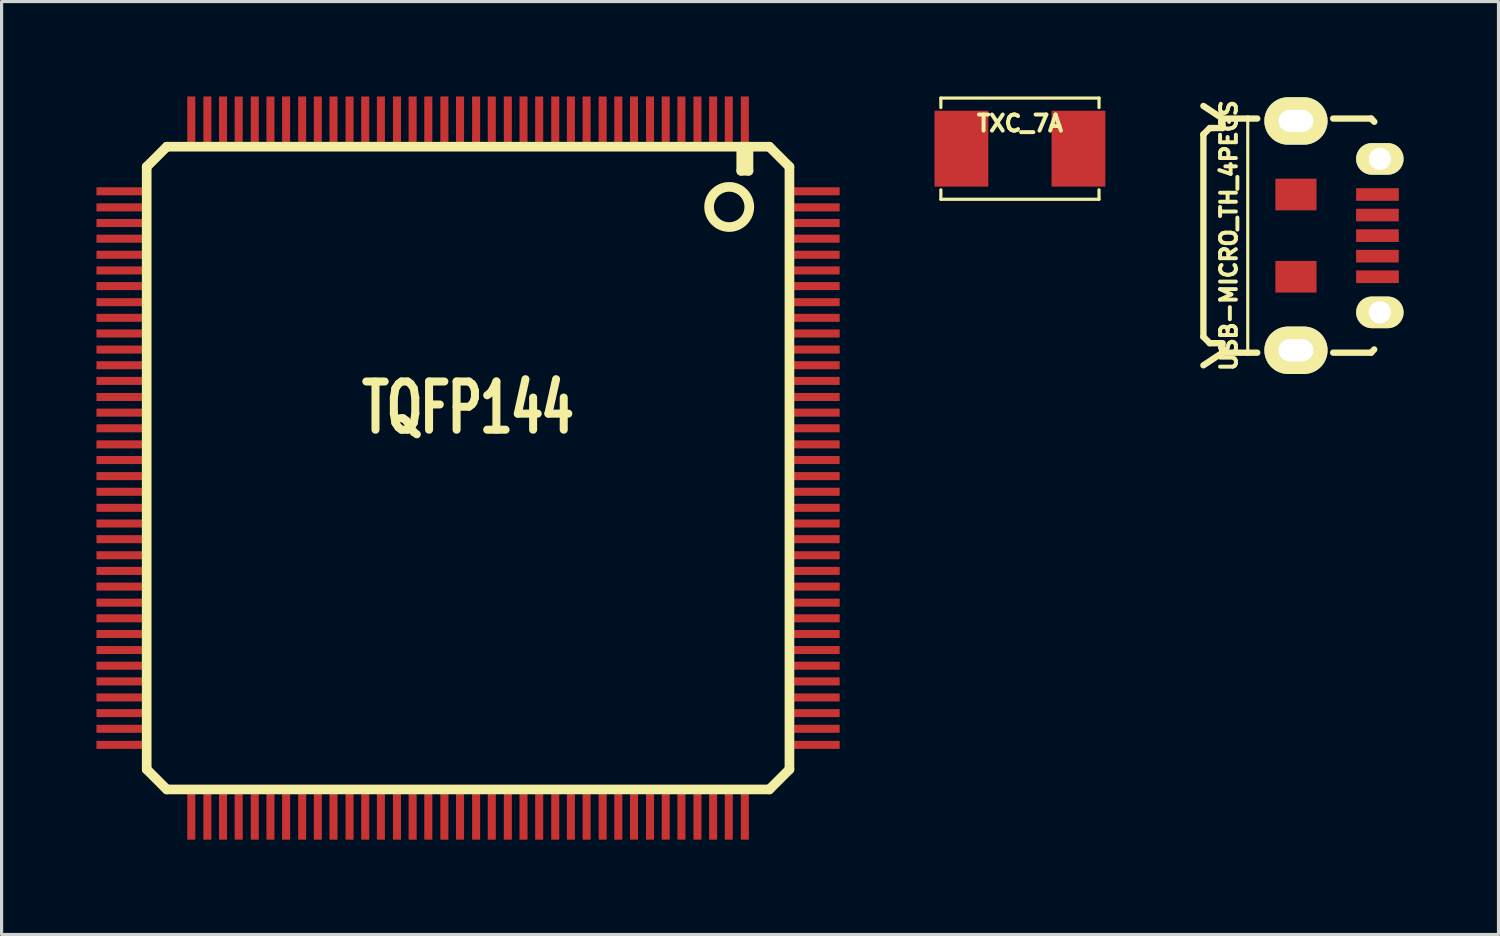
<source format=kicad_pcb>
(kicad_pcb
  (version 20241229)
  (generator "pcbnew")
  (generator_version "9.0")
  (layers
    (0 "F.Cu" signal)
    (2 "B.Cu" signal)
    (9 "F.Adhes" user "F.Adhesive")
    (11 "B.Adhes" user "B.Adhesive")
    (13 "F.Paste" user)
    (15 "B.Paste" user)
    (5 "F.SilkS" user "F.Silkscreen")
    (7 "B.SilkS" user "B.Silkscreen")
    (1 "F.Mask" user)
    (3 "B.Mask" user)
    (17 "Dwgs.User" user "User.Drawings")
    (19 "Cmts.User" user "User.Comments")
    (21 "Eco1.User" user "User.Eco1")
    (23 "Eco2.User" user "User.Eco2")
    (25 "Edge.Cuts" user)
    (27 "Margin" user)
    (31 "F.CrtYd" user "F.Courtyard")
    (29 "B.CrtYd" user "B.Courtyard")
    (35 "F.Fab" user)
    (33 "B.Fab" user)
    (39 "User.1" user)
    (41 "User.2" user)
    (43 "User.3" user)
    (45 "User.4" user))
  (footprint "USB-MICRO_TH_4PEGS"
    (layer "F.Cu")
    (at 40.497 4.399)
    (property "Reference" "USB-MICRO_TH_4PEGS" (at -4.7 0 90) (layer "F.SilkS") (effects (font (size 0.5 0.5) (thickness 0.125))))
    (attr smd)
    (fp_line (start -5.502 -3.2) (end -5.502 3.2) (stroke (width 0.201) (type solid)) (layer "F.SilkS"))
    (fp_line (start -5.502 4.1) (end -4.9 3.701) (stroke (width 0.201) (type solid)) (layer "F.SilkS"))
    (fp_line (start -5.301 -3.401) (end -5.502 -3.2) (stroke (width 0.201) (type solid)) (layer "F.SilkS"))
    (fp_line (start -5.301 3.401) (end -5.502 3.2) (stroke (width 0.201) (type solid)) (layer "F.SilkS"))
    (fp_line (start -5.199 -3.401) (end -5.301 -3.401) (stroke (width 0.201) (type solid)) (layer "F.SilkS"))
    (fp_line (start -4.9 -3.701) (end -5.502 -4.1) (stroke (width 0.201) (type solid)) (layer "F.SilkS"))
    (fp_line (start -4.9 -3.701) (end -4.9 -3.5) (stroke (width 0.201) (type solid)) (layer "F.SilkS"))
    (fp_line (start -4.9 -3.5) (end -4.9 -3.401) (stroke (width 0.201) (type solid)) (layer "F.SilkS"))
    (fp_line (start -4.9 -3.401) (end -5.199 -3.401) (stroke (width 0.201) (type solid)) (layer "F.SilkS"))
    (fp_line (start -4.9 3.401) (end -5.301 3.401) (stroke (width 0.201) (type solid)) (layer "F.SilkS"))
    (fp_line (start -4.9 3.701) (end -4.9 3.401) (stroke (width 0.201) (type solid)) (layer "F.SilkS"))
    (fp_line (start -4.9 3.701) (end -4.1 3.701) (stroke (width 0.201) (type solid)) (layer "F.SilkS"))
    (fp_line (start -4.1 -3.701) (end -4.9 -3.701) (stroke (width 0.201) (type solid)) (layer "F.SilkS"))
    (fp_line (start -4.1 -3.701) (end -4.1 3.701) (stroke (width 0.099) (type solid)) (layer "F.SilkS"))
    (fp_line (start -4.1 -3.701) (end -3.8 -3.701) (stroke (width 0.201) (type solid)) (layer "F.SilkS"))
    (fp_line (start -4.1 3.701) (end -3.8 3.701) (stroke (width 0.201) (type solid)) (layer "F.SilkS"))
    (fp_line (start -0.201 -3.701) (end -1.4 -3.701) (stroke (width 0.201) (type solid)) (layer "F.SilkS"))
    (fp_line (start -0.201 3.701) (end -1.4 3.701) (stroke (width 0.201) (type solid)) (layer "F.SilkS"))
    (fp_line (start -0.201 3.701) (end -0.102 3.599) (stroke (width 0.201) (type solid)) (layer "F.SilkS"))
    (fp_line (start -0.099 -3.599) (end -0.198 -3.701) (stroke (width 0.201) (type solid)) (layer "F.SilkS"))
    (pad "1" smd rect (at 0 -1.3) (size 1.349 0.399) (layers "F.Cu" "F.Mask" "F.Paste"))
    (pad "2" smd rect (at 0 -0.65) (size 1.349 0.399) (layers "F.Cu" "F.Mask" "F.Paste"))
    (pad "3" smd rect (at 0 0) (size 1.349 0.399) (layers "F.Cu" "F.Mask" "F.Paste"))
    (pad "4" smd rect (at 0 0.65) (size 1.349 0.399) (layers "F.Cu" "F.Mask" "F.Paste"))
    (pad "5" smd rect (at 0 1.3) (size 1.349 0.399) (layers "F.Cu" "F.Mask" "F.Paste"))
    (pad "MNT" thru_hole oval (at -2.576 -3.625) (size 1.999 1.501) (drill oval 1.1 0.701) (layers "*.Cu" "*.Mask" "F.SilkS"))
    (pad "MNT" smd rect (at -2.576 -1.3) (size 1.3 1.001) (layers "F.Cu" "F.Mask" "F.Paste"))
    (pad "MNT" smd rect (at -2.576 1.3) (size 1.3 1.001) (layers "F.Cu" "F.Mask" "F.Paste"))
    (pad "MNT" thru_hole oval (at -2.576 3.625) (size 1.999 1.501) (drill oval 1.1 0.701) (layers "*.Cu" "*.Mask" "F.SilkS"))
    (pad "MNT" thru_hole oval (at 0.076 -2.426) (size 1.501 1.001) (drill 0.701) (layers "*.Cu" "*.Mask" "F.SilkS"))
    (pad "MNT" thru_hole oval (at 0.076 2.426) (size 1.501 1.001) (drill 0.701) (layers "*.Cu" "*.Mask" "F.SilkS")))
  (footprint "TXC_7A"
    (layer "F.Cu")
    (at 29.195 1.65)
    (property "Reference" "TXC_7A" (at 0 -0.8 0) (layer "F.SilkS") (effects (font (size 0.508 0.508) (thickness 0.127))))
    (attr through_hole)
    (fp_line (start -2.5 -1.6) (end -2.5 -1.3) (stroke (width 0.1) (type solid)) (layer "F.SilkS"))
    (fp_line (start -2.5 -1.6) (end 2.5 -1.6) (stroke (width 0.1) (type solid)) (layer "F.SilkS"))
    (fp_line (start -2.5 1.6) (end -2.5 1.3) (stroke (width 0.1) (type solid)) (layer "F.SilkS"))
    (fp_line (start 2.5 -1.6) (end 2.5 -1.3) (stroke (width 0.1) (type solid)) (layer "F.SilkS"))
    (fp_line (start 2.5 1.6) (end -2.5 1.6) (stroke (width 0.1) (type solid)) (layer "F.SilkS"))
    (fp_line (start 2.5 1.6) (end 2.5 1.3) (stroke (width 0.1) (type solid)) (layer "F.SilkS"))
    (pad "1" smd rect (at -1.85 0) (size 1.7 2.4) (layers "F.Cu" "F.Mask" "F.Paste"))
    (pad "2" smd rect (at 1.85 0) (size 1.7 2.4) (layers "F.Cu" "F.Mask" "F.Paste")))
  (footprint "TQFP144"
    (layer "F.Cu")
    (at 11.748 11.748)
    (property "Reference" "TQFP144" (at 0 -1.905 0) (layer "F.SilkS") (effects (font (size 1.524 1.016) (thickness 0.305))))
    (attr smd)
    (fp_line (start -10.16 -9.525) (end -10.16 9.525) (stroke (width 0.305) (type solid)) (layer "F.SilkS"))
    (fp_line (start -10.16 9.525) (end -9.525 10.16) (stroke (width 0.305) (type solid)) (layer "F.SilkS"))
    (fp_line (start -9.525 -10.16) (end -10.16 -9.525) (stroke (width 0.305) (type solid)) (layer "F.SilkS"))
    (fp_line (start -9.525 10.16) (end 9.525 10.16) (stroke (width 0.305) (type solid)) (layer "F.SilkS"))
    (fp_line (start 8.636 -10.16) (end 8.636 -9.398) (stroke (width 0.305) (type solid)) (layer "F.SilkS"))
    (fp_line (start 8.636 -9.398) (end 8.865 -9.398) (stroke (width 0.305) (type solid)) (layer "F.SilkS"))
    (fp_line (start 8.865 -9.398) (end 8.865 -10.16) (stroke (width 0.305) (type solid)) (layer "F.SilkS"))
    (fp_line (start 9.525 -10.16) (end -9.525 -10.16) (stroke (width 0.305) (type solid)) (layer "F.SilkS"))
    (fp_line (start 9.525 10.16) (end 10.16 9.525) (stroke (width 0.305) (type solid)) (layer "F.SilkS"))
    (fp_line (start 10.16 -9.525) (end 9.525 -10.16) (stroke (width 0.305) (type solid)) (layer "F.SilkS"))
    (fp_line (start 10.16 9.525) (end 10.16 -9.525) (stroke (width 0.305) (type solid)) (layer "F.SilkS"))
    (fp_circle (center 8.255 -8.255) (end 8.255 -8.89) (stroke (width 0.305) (type solid)) (fill no) (layer "F.SilkS"))
    (pad "1" smd rect (at 8.75 -10.986) (size 0.254 1.524) (layers "F.Cu" "F.Mask" "F.Paste"))
    (pad "2" smd rect (at 8.242 -10.986) (size 0.254 1.524) (layers "F.Cu" "F.Mask" "F.Paste"))
    (pad "3" smd rect (at 7.747 -10.986) (size 0.254 1.524) (layers "F.Cu" "F.Mask" "F.Paste"))
    (pad "4" smd rect (at 7.252 -10.986) (size 0.254 1.524) (layers "F.Cu" "F.Mask" "F.Paste"))
    (pad "5" smd rect (at 6.744 -10.986) (size 0.254 1.524) (layers "F.Cu" "F.Mask" "F.Paste"))
    (pad "6" smd rect (at 6.248 -10.986) (size 0.254 1.524) (layers "F.Cu" "F.Mask" "F.Paste"))
    (pad "7" smd rect (at 5.753 -10.986) (size 0.254 1.524) (layers "F.Cu" "F.Mask" "F.Paste"))
    (pad "8" smd rect (at 5.245 -10.986) (size 0.254 1.524) (layers "F.Cu" "F.Mask" "F.Paste"))
    (pad "9" smd rect (at 4.75 -10.986) (size 0.254 1.524) (layers "F.Cu" "F.Mask" "F.Paste"))
    (pad "10" smd rect (at 4.255 -10.986) (size 0.254 1.524) (layers "F.Cu" "F.Mask" "F.Paste"))
    (pad "11" smd rect (at 3.747 -10.986) (size 0.254 1.524) (layers "F.Cu" "F.Mask" "F.Paste"))
    (pad "12" smd rect (at 3.251 -10.986) (size 0.254 1.524) (layers "F.Cu" "F.Mask" "F.Paste"))
    (pad "13" smd rect (at 2.756 -10.986) (size 0.254 1.524) (layers "F.Cu" "F.Mask" "F.Paste"))
    (pad "14" smd rect (at 2.248 -10.986) (size 0.254 1.524) (layers "F.Cu" "F.Mask" "F.Paste"))
    (pad "15" smd rect (at 1.753 -10.986) (size 0.254 1.524) (layers "F.Cu" "F.Mask" "F.Paste"))
    (pad "16" smd rect (at 1.257 -10.986) (size 0.254 1.524) (layers "F.Cu" "F.Mask" "F.Paste"))
    (pad "17" smd rect (at 0.749 -10.986) (size 0.254 1.524) (layers "F.Cu" "F.Mask" "F.Paste"))
    (pad "18" smd rect (at 0.254 -10.986) (size 0.254 1.524) (layers "F.Cu" "F.Mask" "F.Paste"))
    (pad "19" smd rect (at -0.254 -10.986) (size 0.254 1.524) (layers "F.Cu" "F.Mask" "F.Paste"))
    (pad "20" smd rect (at -0.749 -10.986) (size 0.254 1.524) (layers "F.Cu" "F.Mask" "F.Paste"))
    (pad "21" smd rect (at -1.257 -10.986) (size 0.254 1.524) (layers "F.Cu" "F.Mask" "F.Paste"))
    (pad "22" smd rect (at -1.753 -10.986) (size 0.254 1.524) (layers "F.Cu" "F.Mask" "F.Paste"))
    (pad "23" smd rect (at -2.248 -10.986) (size 0.254 1.524) (layers "F.Cu" "F.Mask" "F.Paste"))
    (pad "24" smd rect (at -2.756 -10.986) (size 0.254 1.524) (layers "F.Cu" "F.Mask" "F.Paste"))
    (pad "25" smd rect (at -3.251 -10.986) (size 0.254 1.524) (layers "F.Cu" "F.Mask" "F.Paste"))
    (pad "26" smd rect (at -3.747 -10.986) (size 0.254 1.524) (layers "F.Cu" "F.Mask" "F.Paste"))
    (pad "27" smd rect (at -4.255 -10.986) (size 0.254 1.524) (layers "F.Cu" "F.Mask" "F.Paste"))
    (pad "28" smd rect (at -4.75 -10.986) (size 0.254 1.524) (layers "F.Cu" "F.Mask" "F.Paste"))
    (pad "29" smd rect (at -5.245 -10.986) (size 0.254 1.524) (layers "F.Cu" "F.Mask" "F.Paste"))
    (pad "30" smd rect (at -5.753 -10.986) (size 0.254 1.524) (layers "F.Cu" "F.Mask" "F.Paste"))
    (pad "31" smd rect (at -6.248 -10.986) (size 0.254 1.524) (layers "F.Cu" "F.Mask" "F.Paste"))
    (pad "32" smd rect (at -6.744 -10.986) (size 0.254 1.524) (layers "F.Cu" "F.Mask" "F.Paste"))
    (pad "33" smd rect (at -7.252 -10.986) (size 0.254 1.524) (layers "F.Cu" "F.Mask" "F.Paste"))
    (pad "34" smd rect (at -7.747 -10.986) (size 0.254 1.524) (layers "F.Cu" "F.Mask" "F.Paste"))
    (pad "35" smd rect (at -8.242 -10.986) (size 0.254 1.524) (layers "F.Cu" "F.Mask" "F.Paste"))
    (pad "36" smd rect (at -8.75 -10.986) (size 0.254 1.524) (layers "F.Cu" "F.Mask" "F.Paste"))
    (pad "37" smd rect (at -10.986 -8.75) (size 1.524 0.254) (layers "F.Cu" "F.Mask" "F.Paste"))
    (pad "38" smd rect (at -10.986 -8.242) (size 1.524 0.254) (layers "F.Cu" "F.Mask" "F.Paste"))
    (pad "39" smd rect (at -10.986 -7.747) (size 1.524 0.254) (layers "F.Cu" "F.Mask" "F.Paste"))
    (pad "40" smd rect (at -10.986 -7.252) (size 1.524 0.254) (layers "F.Cu" "F.Mask" "F.Paste"))
    (pad "41" smd rect (at -10.986 -6.744) (size 1.524 0.254) (layers "F.Cu" "F.Mask" "F.Paste"))
    (pad "42" smd rect (at -10.986 -6.248) (size 1.524 0.254) (layers "F.Cu" "F.Mask" "F.Paste"))
    (pad "43" smd rect (at -10.986 -5.753) (size 1.524 0.254) (layers "F.Cu" "F.Mask" "F.Paste"))
    (pad "44" smd rect (at -10.986 -5.245) (size 1.524 0.254) (layers "F.Cu" "F.Mask" "F.Paste"))
    (pad "45" smd rect (at -10.986 -4.75) (size 1.524 0.254) (layers "F.Cu" "F.Mask" "F.Paste"))
    (pad "46" smd rect (at -10.986 -4.255) (size 1.524 0.254) (layers "F.Cu" "F.Mask" "F.Paste"))
    (pad "47" smd rect (at -10.986 -3.747) (size 1.524 0.254) (layers "F.Cu" "F.Mask" "F.Paste"))
    (pad "48" smd rect (at -10.986 -3.251) (size 1.524 0.254) (layers "F.Cu" "F.Mask" "F.Paste"))
    (pad "49" smd rect (at -10.986 -2.756) (size 1.524 0.254) (layers "F.Cu" "F.Mask" "F.Paste"))
    (pad "50" smd rect (at -10.986 -2.248) (size 1.524 0.254) (layers "F.Cu" "F.Mask" "F.Paste"))
    (pad "51" smd rect (at -10.986 -1.753) (size 1.524 0.254) (layers "F.Cu" "F.Mask" "F.Paste"))
    (pad "52" smd rect (at -10.986 -1.257) (size 1.524 0.254) (layers "F.Cu" "F.Mask" "F.Paste"))
    (pad "53" smd rect (at -10.986 -0.749) (size 1.524 0.254) (layers "F.Cu" "F.Mask" "F.Paste"))
    (pad "54" smd rect (at -10.986 -0.254) (size 1.524 0.254) (layers "F.Cu" "F.Mask" "F.Paste"))
    (pad "55" smd rect (at -10.986 0.254) (size 1.524 0.254) (layers "F.Cu" "F.Mask" "F.Paste"))
    (pad "56" smd rect (at -10.986 0.749) (size 1.524 0.254) (layers "F.Cu" "F.Mask" "F.Paste"))
    (pad "57" smd rect (at -10.986 1.257) (size 1.524 0.254) (layers "F.Cu" "F.Mask" "F.Paste"))
    (pad "58" smd rect (at -10.986 1.753) (size 1.524 0.254) (layers "F.Cu" "F.Mask" "F.Paste"))
    (pad "59" smd rect (at -10.986 2.248) (size 1.524 0.254) (layers "F.Cu" "F.Mask" "F.Paste"))
    (pad "60" smd rect (at -10.986 2.756) (size 1.524 0.254) (layers "F.Cu" "F.Mask" "F.Paste"))
    (pad "61" smd rect (at -10.986 3.251) (size 1.524 0.254) (layers "F.Cu" "F.Mask" "F.Paste"))
    (pad "62" smd rect (at -10.986 3.747) (size 1.524 0.254) (layers "F.Cu" "F.Mask" "F.Paste"))
    (pad "63" smd rect (at -10.986 4.255) (size 1.524 0.254) (layers "F.Cu" "F.Mask" "F.Paste"))
    (pad "64" smd rect (at -10.986 4.75) (size 1.524 0.254) (layers "F.Cu" "F.Mask" "F.Paste"))
    (pad "65" smd rect (at -10.986 5.245) (size 1.524 0.254) (layers "F.Cu" "F.Mask" "F.Paste"))
    (pad "66" smd rect (at -10.986 5.753) (size 1.524 0.254) (layers "F.Cu" "F.Mask" "F.Paste"))
    (pad "67" smd rect (at -10.986 6.248) (size 1.524 0.254) (layers "F.Cu" "F.Mask" "F.Paste"))
    (pad "68" smd rect (at -10.986 6.744) (size 1.524 0.254) (layers "F.Cu" "F.Mask" "F.Paste"))
    (pad "69" smd rect (at -10.986 7.252) (size 1.524 0.254) (layers "F.Cu" "F.Mask" "F.Paste"))
    (pad "70" smd rect (at -10.986 7.747) (size 1.524 0.254) (layers "F.Cu" "F.Mask" "F.Paste"))
    (pad "71" smd rect (at -10.986 8.242) (size 1.524 0.254) (layers "F.Cu" "F.Mask" "F.Paste"))
    (pad "72" smd rect (at -10.986 8.75) (size 1.524 0.254) (layers "F.Cu" "F.Mask" "F.Paste"))
    (pad "73" smd rect (at -8.75 10.986) (size 0.254 1.524) (layers "F.Cu" "F.Mask" "F.Paste"))
    (pad "74" smd rect (at -8.242 10.986) (size 0.254 1.524) (layers "F.Cu" "F.Mask" "F.Paste"))
    (pad "75" smd rect (at -7.747 10.986) (size 0.254 1.524) (layers "F.Cu" "F.Mask" "F.Paste"))
    (pad "76" smd rect (at -7.252 10.986) (size 0.254 1.524) (layers "F.Cu" "F.Mask" "F.Paste"))
    (pad "77" smd rect (at -6.744 10.986) (size 0.254 1.524) (layers "F.Cu" "F.Mask" "F.Paste"))
    (pad "78" smd rect (at -6.248 10.986) (size 0.254 1.524) (layers "F.Cu" "F.Mask" "F.Paste"))
    (pad "79" smd rect (at -5.753 10.986) (size 0.254 1.524) (layers "F.Cu" "F.Mask" "F.Paste"))
    (pad "80" smd rect (at -5.245 10.986) (size 0.254 1.524) (layers "F.Cu" "F.Mask" "F.Paste"))
    (pad "81" smd rect (at -4.75 10.986) (size 0.254 1.524) (layers "F.Cu" "F.Mask" "F.Paste"))
    (pad "82" smd rect (at -4.255 10.986) (size 0.254 1.524) (layers "F.Cu" "F.Mask" "F.Paste"))
    (pad "83" smd rect (at -3.747 10.986) (size 0.254 1.524) (layers "F.Cu" "F.Mask" "F.Paste"))
    (pad "84" smd rect (at -3.251 10.986) (size 0.254 1.524) (layers "F.Cu" "F.Mask" "F.Paste"))
    (pad "85" smd rect (at -2.756 10.986) (size 0.254 1.524) (layers "F.Cu" "F.Mask" "F.Paste"))
    (pad "86" smd rect (at -2.248 10.986) (size 0.254 1.524) (layers "F.Cu" "F.Mask" "F.Paste"))
    (pad "87" smd rect (at -1.753 10.986) (size 0.254 1.524) (layers "F.Cu" "F.Mask" "F.Paste"))
    (pad "88" smd rect (at -1.257 10.986) (size 0.254 1.524) (layers "F.Cu" "F.Mask" "F.Paste"))
    (pad "89" smd rect (at -0.749 10.986) (size 0.254 1.524) (layers "F.Cu" "F.Mask" "F.Paste"))
    (pad "90" smd rect (at -0.254 10.986) (size 0.254 1.524) (layers "F.Cu" "F.Mask" "F.Paste"))
    (pad "91" smd rect (at 0.254 10.986) (size 0.254 1.524) (layers "F.Cu" "F.Mask" "F.Paste"))
    (pad "92" smd rect (at 0.749 10.986) (size 0.254 1.524) (layers "F.Cu" "F.Mask" "F.Paste"))
    (pad "93" smd rect (at 1.257 10.986) (size 0.254 1.524) (layers "F.Cu" "F.Mask" "F.Paste"))
    (pad "94" smd rect (at 1.753 10.986) (size 0.254 1.524) (layers "F.Cu" "F.Mask" "F.Paste"))
    (pad "95" smd rect (at 2.248 10.986) (size 0.254 1.524) (layers "F.Cu" "F.Mask" "F.Paste"))
    (pad "96" smd rect (at 2.756 10.986) (size 0.254 1.524) (layers "F.Cu" "F.Mask" "F.Paste"))
    (pad "97" smd rect (at 3.251 10.986) (size 0.254 1.524) (layers "F.Cu" "F.Mask" "F.Paste"))
    (pad "98" smd rect (at 3.747 10.986) (size 0.254 1.524) (layers "F.Cu" "F.Mask" "F.Paste"))
    (pad "99" smd rect (at 4.255 10.986) (size 0.254 1.524) (layers "F.Cu" "F.Mask" "F.Paste"))
    (pad "100" smd rect (at 4.75 10.986) (size 0.254 1.524) (layers "F.Cu" "F.Mask" "F.Paste"))
    (pad "101" smd rect (at 5.245 10.986) (size 0.254 1.524) (layers "F.Cu" "F.Mask" "F.Paste"))
    (pad "102" smd rect (at 5.753 10.986) (size 0.254 1.524) (layers "F.Cu" "F.Mask" "F.Paste"))
    (pad "103" smd rect (at 6.248 10.986) (size 0.254 1.524) (layers "F.Cu" "F.Mask" "F.Paste"))
    (pad "104" smd rect (at 6.744 10.986) (size 0.254 1.524) (layers "F.Cu" "F.Mask" "F.Paste"))
    (pad "105" smd rect (at 7.252 10.986) (size 0.254 1.524) (layers "F.Cu" "F.Mask" "F.Paste"))
    (pad "106" smd rect (at 7.747 10.986) (size 0.254 1.524) (layers "F.Cu" "F.Mask" "F.Paste"))
    (pad "107" smd rect (at 8.242 10.986) (size 0.254 1.524) (layers "F.Cu" "F.Mask" "F.Paste"))
    (pad "108" smd rect (at 8.75 10.986) (size 0.254 1.524) (layers "F.Cu" "F.Mask" "F.Paste"))
    (pad "109" smd rect (at 10.986 8.75) (size 1.524 0.254) (layers "F.Cu" "F.Mask" "F.Paste"))
    (pad "110" smd rect (at 10.986 8.242) (size 1.524 0.254) (layers "F.Cu" "F.Mask" "F.Paste"))
    (pad "111" smd rect (at 10.986 7.747) (size 1.524 0.254) (layers "F.Cu" "F.Mask" "F.Paste"))
    (pad "112" smd rect (at 10.986 7.252) (size 1.524 0.254) (layers "F.Cu" "F.Mask" "F.Paste"))
    (pad "113" smd rect (at 10.986 6.744) (size 1.524 0.254) (layers "F.Cu" "F.Mask" "F.Paste"))
    (pad "114" smd rect (at 10.986 6.248) (size 1.524 0.254) (layers "F.Cu" "F.Mask" "F.Paste"))
    (pad "115" smd rect (at 10.986 5.753) (size 1.524 0.254) (layers "F.Cu" "F.Mask" "F.Paste"))
    (pad "116" smd rect (at 10.986 5.245) (size 1.524 0.254) (layers "F.Cu" "F.Mask" "F.Paste"))
    (pad "117" smd rect (at 10.986 4.75) (size 1.524 0.254) (layers "F.Cu" "F.Mask" "F.Paste"))
    (pad "118" smd rect (at 10.986 4.255) (size 1.524 0.254) (layers "F.Cu" "F.Mask" "F.Paste"))
    (pad "119" smd rect (at 10.986 3.747) (size 1.524 0.254) (layers "F.Cu" "F.Mask" "F.Paste"))
    (pad "120" smd rect (at 10.986 3.251) (size 1.524 0.254) (layers "F.Cu" "F.Mask" "F.Paste"))
    (pad "121" smd rect (at 10.986 2.756) (size 1.524 0.254) (layers "F.Cu" "F.Mask" "F.Paste"))
    (pad "122" smd rect (at 10.986 2.248) (size 1.524 0.254) (layers "F.Cu" "F.Mask" "F.Paste"))
    (pad "123" smd rect (at 10.986 1.753) (size 1.524 0.254) (layers "F.Cu" "F.Mask" "F.Paste"))
    (pad "124" smd rect (at 10.986 1.257) (size 1.524 0.254) (layers "F.Cu" "F.Mask" "F.Paste"))
    (pad "125" smd rect (at 10.986 0.749) (size 1.524 0.254) (layers "F.Cu" "F.Mask" "F.Paste"))
    (pad "126" smd rect (at 10.986 0.254) (size 1.524 0.254) (layers "F.Cu" "F.Mask" "F.Paste"))
    (pad "127" smd rect (at 10.986 -0.254) (size 1.524 0.254) (layers "F.Cu" "F.Mask" "F.Paste"))
    (pad "128" smd rect (at 10.986 -0.749) (size 1.524 0.254) (layers "F.Cu" "F.Mask" "F.Paste"))
    (pad "129" smd rect (at 10.986 -1.257) (size 1.524 0.254) (layers "F.Cu" "F.Mask" "F.Paste"))
    (pad "130" smd rect (at 10.986 -1.753) (size 1.524 0.254) (layers "F.Cu" "F.Mask" "F.Paste"))
    (pad "131" smd rect (at 10.986 -2.248) (size 1.524 0.254) (layers "F.Cu" "F.Mask" "F.Paste"))
    (pad "132" smd rect (at 10.986 -2.756) (size 1.524 0.254) (layers "F.Cu" "F.Mask" "F.Paste"))
    (pad "133" smd rect (at 10.986 -3.251) (size 1.524 0.254) (layers "F.Cu" "F.Mask" "F.Paste"))
    (pad "134" smd rect (at 10.986 -3.747) (size 1.524 0.254) (layers "F.Cu" "F.Mask" "F.Paste"))
    (pad "135" smd rect (at 10.986 -4.255) (size 1.524 0.254) (layers "F.Cu" "F.Mask" "F.Paste"))
    (pad "136" smd rect (at 10.986 -4.75) (size 1.524 0.254) (layers "F.Cu" "F.Mask" "F.Paste"))
    (pad "137" smd rect (at 10.986 -5.245) (size 1.524 0.254) (layers "F.Cu" "F.Mask" "F.Paste"))
    (pad "138" smd rect (at 10.986 -5.753) (size 1.524 0.254) (layers "F.Cu" "F.Mask" "F.Paste"))
    (pad "139" smd rect (at 10.986 -6.248) (size 1.524 0.254) (layers "F.Cu" "F.Mask" "F.Paste"))
    (pad "140" smd rect (at 10.986 -6.744) (size 1.524 0.254) (layers "F.Cu" "F.Mask" "F.Paste"))
    (pad "141" smd rect (at 10.986 -7.252) (size 1.524 0.254) (layers "F.Cu" "F.Mask" "F.Paste"))
    (pad "142" smd rect (at 10.986 -7.747) (size 1.524 0.254) (layers "F.Cu" "F.Mask" "F.Paste"))
    (pad "143" smd rect (at 10.986 -8.242) (size 1.524 0.254) (layers "F.Cu" "F.Mask" "F.Paste"))
    (pad "144" smd rect (at 10.986 -8.75) (size 1.524 0.254) (layers "F.Cu" "F.Mask" "F.Paste")))
  (gr_rect
    (start -3 -3)
    (end 44.324 26.495)
    (stroke (width 0.1) (type default))
    (fill no)
    (layer "Edge.Cuts")))
</source>
